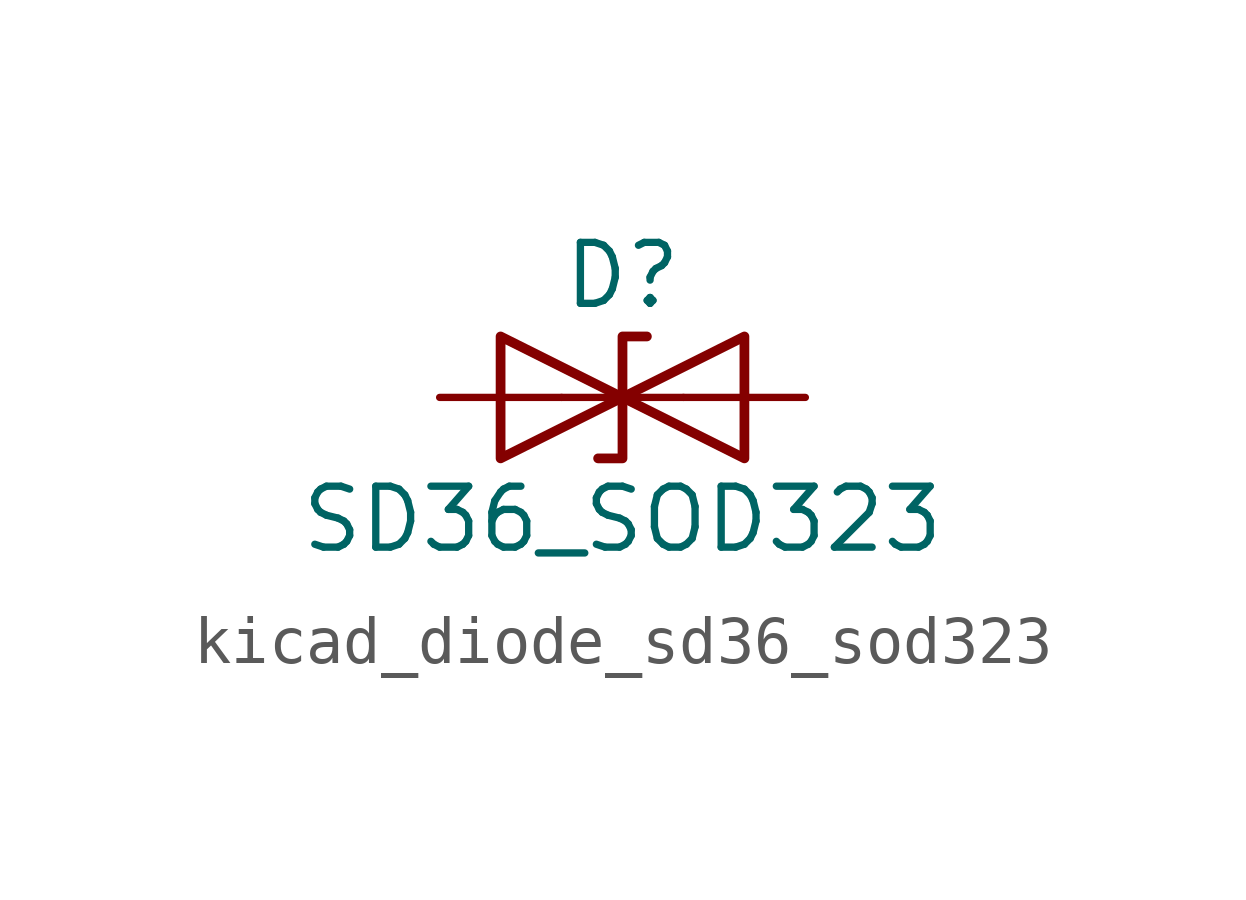
<source format=kicad_sym>
(kicad_symbol_lib
  (version 20220914)
  (generator kicad_symbol_editor)
  (symbol "kicad_diode_sd36_sod323"
    (pin_numbers hide)
    (pin_names
      (offset 1.016) hide)
    (property "Reference" "D"
      (at 0 2.54 0)
      (effects (font (size 1.27 1.27))))
    (property "Value" "SD36_SOD323"
      (at 0 -2.54 0)
      (effects (font (size 1.27 1.27))))
    (symbol "kicad_diode_sd36_sod323_0_1"
      (polyline (pts (xy 1.27 0) (xy -1.27 0)) (stroke (width 0) (type default)) (fill (type none)))
      (polyline (pts (xy -2.54 -1.27) (xy 0 0) (xy -2.54 1.27) (xy -2.54 -1.27)) (stroke (width 0.203) (type default)) (fill (type none)))
      (polyline (pts (xy 0.508 1.27) (xy 0 1.27) (xy 0 -1.27) (xy -0.508 -1.27)) (stroke (width 0.203) (type default)) (fill (type none)))
      (polyline (pts (xy 2.54 1.27) (xy 2.54 -1.27) (xy 0 0) (xy 2.54 1.27)) (stroke (width 0.203) (type default)) (fill (type none))))
    (symbol "kicad_diode_sd36_sod323_1_1"
      (pin passive line (at -3.81 0 0) (length 2.54) (name "A1" (effects (font (size 1.27 1.27)))) (number "1" (effects (font (size 1.27 1.27)))))
      (pin passive line (at 3.81 0 180) (length 2.54) (name "A2" (effects (font (size 1.27 1.27)))) (number "2" (effects (font (size 1.27 1.27))))))))
</source>
